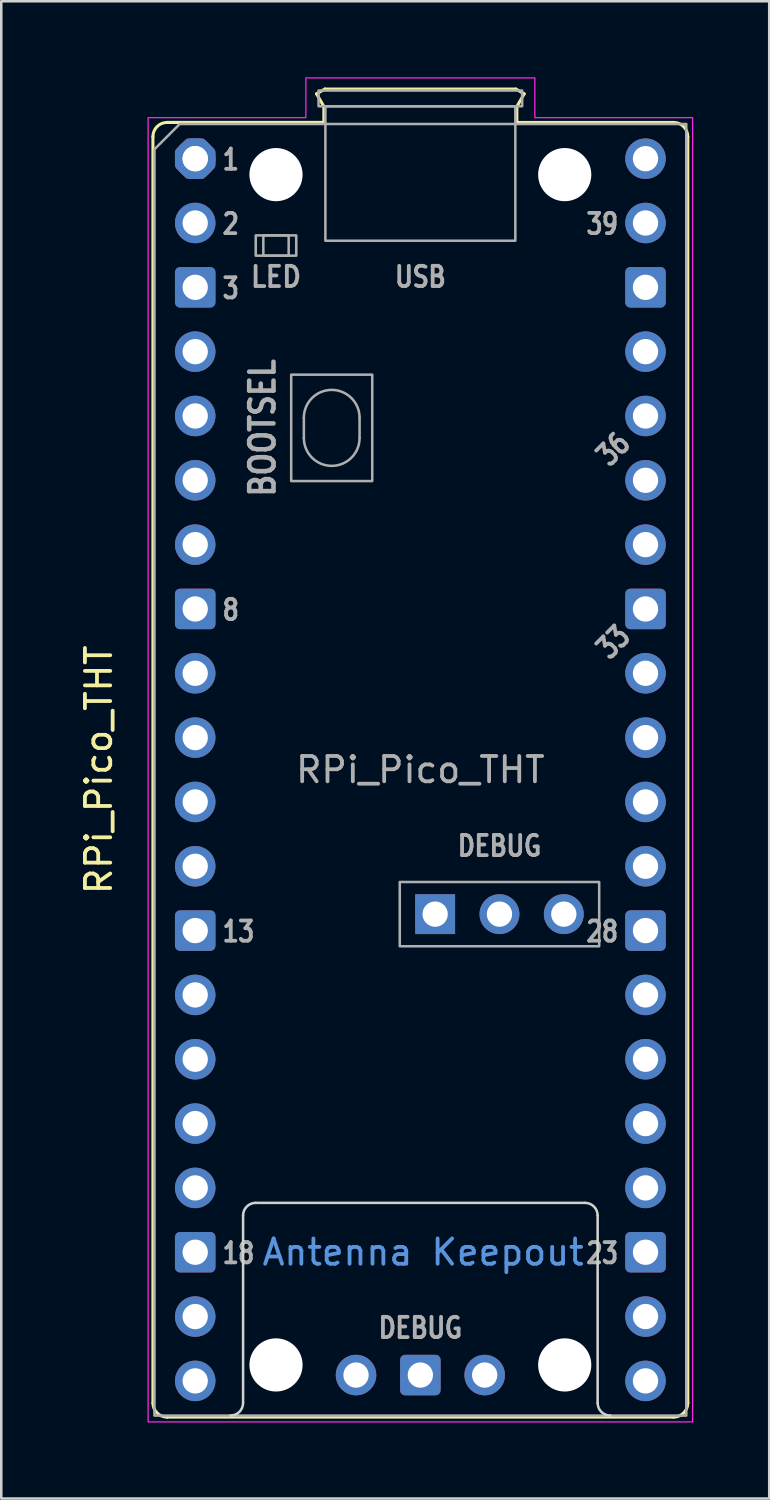
<source format=kicad_pcb>
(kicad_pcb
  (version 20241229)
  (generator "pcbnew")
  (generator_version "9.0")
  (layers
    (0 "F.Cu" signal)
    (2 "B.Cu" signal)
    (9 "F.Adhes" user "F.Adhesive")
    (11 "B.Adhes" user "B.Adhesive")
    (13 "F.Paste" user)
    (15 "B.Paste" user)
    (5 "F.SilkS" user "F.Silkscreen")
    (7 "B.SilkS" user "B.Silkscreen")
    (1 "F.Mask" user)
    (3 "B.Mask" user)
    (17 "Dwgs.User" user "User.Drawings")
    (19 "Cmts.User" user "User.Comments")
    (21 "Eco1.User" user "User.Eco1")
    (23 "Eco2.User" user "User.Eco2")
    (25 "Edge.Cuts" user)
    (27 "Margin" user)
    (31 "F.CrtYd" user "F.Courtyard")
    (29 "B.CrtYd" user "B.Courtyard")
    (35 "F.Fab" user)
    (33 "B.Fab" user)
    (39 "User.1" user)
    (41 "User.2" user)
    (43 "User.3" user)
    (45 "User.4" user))
  (footprint "RPi_Pico_THT"
    (layer "F.Cu")
    (at 4.658 3.215)
    (property "Reference" "RPi_Pico_THT" (at -3.81 24.13 270) (layer "F.SilkS") (effects (font (size 1 1) (thickness 0.15))))
    (attr through_hole)
    (fp_line (start -1.67 -0.87) (end -1.67 49.13) (stroke (width 0.12) (type solid)) (layer "F.SilkS"))
    (fp_line (start -1.11 -1.43) (end 5.08 -1.43) (stroke (width 0.12) (type solid)) (layer "F.SilkS"))
    (fp_line (start -1.11 49.69) (end 18.89 49.69) (stroke (width 0.12) (type solid)) (layer "F.SilkS"))
    (fp_line (start 4.79 -2.56) (end 5.12 -2.75) (stroke (width 0.12) (type solid)) (layer "F.SilkS"))
    (fp_line (start 5.08 -2.06) (end 4.79 -2.56) (stroke (width 0.12) (type solid)) (layer "F.SilkS"))
    (fp_line (start 5.08 -1.43) (end -1.11 -1.43) (stroke (width 0.12) (type solid)) (layer "F.SilkS"))
    (fp_line (start 5.08 -1.43) (end 5.08 -2.06) (stroke (width 0.12) (type solid)) (layer "F.SilkS"))
    (fp_line (start 5.12 -2.75) (end 12.66 -2.75) (stroke (width 0.12) (type solid)) (layer "F.SilkS"))
    (fp_line (start 12.66 -2.75) (end 12.99 -2.56) (stroke (width 0.12) (type solid)) (layer "F.SilkS"))
    (fp_line (start 12.7 -2.06) (end 12.7 -1.43) (stroke (width 0.12) (type solid)) (layer "F.SilkS"))
    (fp_line (start 12.99 -2.56) (end 12.7 -2.06) (stroke (width 0.12) (type solid)) (layer "F.SilkS"))
    (fp_line (start 18.89 -1.43) (end 12.7 -1.43) (stroke (width 0.12) (type solid)) (layer "F.SilkS"))
    (fp_line (start 19.45 -0.87) (end 19.45 49.13) (stroke (width 0.12) (type solid)) (layer "F.SilkS"))
    (fp_arc (start -1.67 -0.87) (mid -1.50598 -1.26598) (end -1.11 -1.43) (stroke (width 0.12) (type solid)) (layer "F.SilkS"))
    (fp_arc (start -1.11 49.69) (mid -1.50598 49.52598) (end -1.67 49.13) (stroke (width 0.12) (type solid)) (layer "F.SilkS"))
    (fp_arc (start 18.89 -1.43) (mid 19.28598 -1.26598) (end 19.45 -0.87) (stroke (width 0.12) (type solid)) (layer "F.SilkS"))
    (fp_arc (start 19.45 49.13) (mid 19.28598 49.52598) (end 18.89 49.69) (stroke (width 0.12) (type solid)) (layer "F.SilkS"))
    (fp_line (start 1.89 49.13) (end 1.89 41.73) (stroke (width 0.1) (type solid)) (layer "Edge.Cuts"))
    (fp_line (start 2.39 41.23) (end 15.39 41.23) (stroke (width 0.1) (type solid)) (layer "Edge.Cuts"))
    (fp_line (start 15.89 41.73) (end 15.89 49.13) (stroke (width 0.1) (type solid)) (layer "Edge.Cuts"))
    (fp_arc (start 1.89 41.73) (mid 2.036447 41.376447) (end 2.39 41.23) (stroke (width 0.1) (type solid)) (layer "Edge.Cuts"))
    (fp_arc (start 1.89 49.13) (mid 1.743553 49.483553) (end 1.39 49.63) (stroke (width 0.1) (type solid)) (layer "Edge.Cuts"))
    (fp_arc (start 15.39 41.23) (mid 15.743553 41.376447) (end 15.89 41.73) (stroke (width 0.1) (type solid)) (layer "Edge.Cuts"))
    (fp_arc (start 16.39 49.63) (mid 16.036447 49.483553) (end 15.89 49.13) (stroke (width 0.1) (type solid)) (layer "Edge.Cuts"))
    (fp_poly (pts (xy 13.41 -1.62) (xy 19.64 -1.62) (xy 19.64 49.88) (xy -1.86 49.88) (xy -1.86 -1.62) (xy 4.37 -1.62) (xy 4.37 -3.19) (xy 13.41 -3.19)) (stroke (width 0.05) (type solid)) (fill no) (layer "F.CrtYd"))
    (fp_line (start 4.29 10.23) (end 4.29 11.03) (stroke (width 0.1) (type solid)) (layer "F.Fab"))
    (fp_line (start 6.49 10.23) (end 6.49 11.03) (stroke (width 0.1) (type solid)) (layer "F.Fab"))
    (fp_rect (start 2.39 3.03) (end 3.99 3.83) (stroke (width 0.1) (type solid)) (fill no) (layer "F.Fab"))
    (fp_rect (start 2.69 3.03) (end 3.69 3.83) (stroke (width 0.1) (type solid)) (fill no) (layer "F.Fab"))
    (fp_rect (start 3.79 8.53) (end 6.99 12.73) (stroke (width 0.1) (type solid)) (fill no) (layer "F.Fab"))
    (fp_rect (start 4.87 -2.69) (end 12.91 -2.07) (stroke (width 0.1) (type solid)) (fill no) (layer "F.Fab"))
    (fp_rect (start 5.14 -2.07) (end 12.64 3.24) (stroke (width 0.1) (type solid)) (fill no) (layer "F.Fab"))
    (fp_rect (start 8.077 28.56) (end 15.951 31.1) (stroke (width 0.1) (type solid)) (fill no) (layer "F.Fab"))
    (fp_arc (start 4.29 10.23) (mid 5.39 9.13) (end 6.49 10.23) (stroke (width 0.1) (type solid)) (layer "F.Fab"))
    (fp_arc (start 6.49 11.03) (mid 5.39 12.13) (end 4.29 11.03) (stroke (width 0.1) (type solid)) (layer "F.Fab"))
    (fp_poly (pts (xy 19.39 49.63) (xy -1.61 49.63) (xy -1.61 -0.37) (xy -0.61 -1.37) (xy 19.39 -1.37)) (stroke (width 0.1) (type solid)) (fill no) (layer "F.Fab"))
    (fp_text user "Antenna Keepout" (at 9 43.18 0) (unlocked yes) (layer "Cmts.User") (effects (font (size 1 1) (thickness 0.15))))
    (fp_text user "LED" (at 3.19 4.668 0) (unlocked yes) (layer "F.Fab") (effects (font (size 0.8 0.72) (thickness 0.15))))
    (fp_text user "33" (at 16.51 19.088 45) (unlocked yes) (layer "F.Fab") (effects (font (size 0.8 0.64) (thickness 0.15))))
    (fp_text user "3" (at 1 5.118 0) (unlocked yes) (layer "F.Fab") (effects (font (size 0.8 0.64) (thickness 0.15)) (justify left)))
    (fp_text user "${REFERENCE}" (at 8.89 24.13 0) (unlocked yes) (layer "F.Fab") (effects (font (size 1 1) (thickness 0.15))))
    (fp_text user "36" (at 16.51 11.468 45) (unlocked yes) (layer "F.Fab") (effects (font (size 0.8 0.64) (thickness 0.15))))
    (fp_text user "23" (at 16.78 43.218 0) (unlocked yes) (layer "F.Fab") (effects (font (size 0.8 0.64) (thickness 0.15)) (justify right)))
    (fp_text user "1" (at 1 0.038 0) (unlocked yes) (layer "F.Fab") (effects (font (size 0.8 0.64) (thickness 0.15)) (justify left)))
    (fp_text user "2" (at 1 2.578 0) (unlocked yes) (layer "F.Fab") (effects (font (size 0.8 0.64) (thickness 0.15)) (justify left)))
    (fp_text user "DEBUG" (at 12.014 27.138 0) (unlocked yes) (layer "F.Fab") (effects (font (size 0.8 0.66) (thickness 0.15))))
    (fp_text user "18" (at 1 43.218 0) (unlocked yes) (layer "F.Fab") (effects (font (size 0.8 0.64) (thickness 0.15)) (justify left)))
    (fp_text user "13" (at 1 30.518 0) (unlocked yes) (layer "F.Fab") (effects (font (size 0.8 0.64) (thickness 0.15)) (justify left)))
    (fp_text user "39" (at 16.78 2.578 0) (unlocked yes) (layer "F.Fab") (effects (font (size 0.8 0.64) (thickness 0.15)) (justify right)))
    (fp_text user "28" (at 16.78 30.518 0) (unlocked yes) (layer "F.Fab") (effects (font (size 0.8 0.64) (thickness 0.15)) (justify right)))
    (fp_text user "8" (at 1 17.818 0) (unlocked yes) (layer "F.Fab") (effects (font (size 0.8 0.64) (thickness 0.15)) (justify left)))
    (fp_text user "BOOTSEL" (at 2.656 10.63 90) (unlocked yes) (layer "F.Fab") (effects (font (size 0.96 0.825) (thickness 0.18))))
    (fp_text user "DEBUG" (at 8.89 46.168 0) (unlocked yes) (layer "F.Fab") (effects (font (size 0.8 0.66) (thickness 0.15))))
    (fp_text user "USB" (at 8.89 4.668 0) (unlocked yes) (layer "F.Fab") (effects (font (size 0.8 0.66) (thickness 0.15))))
    (pad "" np_thru_hole circle (at 3.19 0.63) (size 2.1 2.1) (drill 2.1) (layers "*.Cu" "*.Mask"))
    (pad "" np_thru_hole circle (at 3.19 47.63) (size 2.1 2.1) (drill 2.1) (layers "*.Cu" "*.Mask"))
    (pad "" np_thru_hole circle (at 14.59 0.63) (size 2.1 2.1) (drill 2.1) (layers "*.Cu" "*.Mask"))
    (pad "" np_thru_hole circle (at 14.59 47.63) (size 2.1 2.1) (drill 2.1) (layers "*.Cu" "*.Mask"))
    (pad "1" thru_hole circle (at 0 0) (size 1.6 1.6) (drill 1) (layers "*.Cu" "*.Mask"))
    (pad "1" thru_hole custom (at 0 0) (size 1.6 1.6) (drill 1) (layers "*.Cu" "*.Mask") (options (anchor circle)) (primitives (gr_poly (pts (xy 0.6 0.249) (xy 0.249 0.6) (xy -0.249 0.6) (xy -0.6 0.249) (xy -0.6 -0.249) (xy -0.249 -0.6) (xy 0.249 -0.6) (xy 0.6 -0.249)) (width 0.4) (fill yes))))
    (pad "2" thru_hole circle (at 0 2.54) (size 1.6 1.6) (drill 1) (layers "*.Cu" "*.Mask"))
    (pad "3" thru_hole roundrect (at 0 5.08) (size 1.6 1.6) (drill 1) (layers "*.Cu" "*.Mask") (roundrect_rratio 0.125))
    (pad "4" thru_hole circle (at 0 7.62) (size 1.6 1.6) (drill 1) (layers "*.Cu" "*.Mask"))
    (pad "5" thru_hole circle (at 0 10.16) (size 1.6 1.6) (drill 1) (layers "*.Cu" "*.Mask"))
    (pad "6" thru_hole circle (at 0 12.7) (size 1.6 1.6) (drill 1) (layers "*.Cu" "*.Mask"))
    (pad "7" thru_hole circle (at 0 15.24) (size 1.6 1.6) (drill 1) (layers "*.Cu" "*.Mask"))
    (pad "8" thru_hole roundrect (at 0 17.78) (size 1.6 1.6) (drill 1) (layers "*.Cu" "*.Mask") (roundrect_rratio 0.125))
    (pad "9" thru_hole circle (at 0 20.32) (size 1.6 1.6) (drill 1) (layers "*.Cu" "*.Mask"))
    (pad "10" thru_hole circle (at 0 22.86) (size 1.6 1.6) (drill 1) (layers "*.Cu" "*.Mask"))
    (pad "11" thru_hole circle (at 0 25.4) (size 1.6 1.6) (drill 1) (layers "*.Cu" "*.Mask"))
    (pad "12" thru_hole circle (at 0 27.94) (size 1.6 1.6) (drill 1) (layers "*.Cu" "*.Mask"))
    (pad "13" thru_hole roundrect (at 0 30.48) (size 1.6 1.6) (drill 1) (layers "*.Cu" "*.Mask") (roundrect_rratio 0.125))
    (pad "14" thru_hole circle (at 0 33.02) (size 1.6 1.6) (drill 1) (layers "*.Cu" "*.Mask"))
    (pad "15" thru_hole circle (at 0 35.56) (size 1.6 1.6) (drill 1) (layers "*.Cu" "*.Mask"))
    (pad "16" thru_hole circle (at 0 38.1) (size 1.6 1.6) (drill 1) (layers "*.Cu" "*.Mask"))
    (pad "17" thru_hole circle (at 0 40.64) (size 1.6 1.6) (drill 1) (layers "*.Cu" "*.Mask"))
    (pad "18" thru_hole roundrect (at 0 43.18) (size 1.6 1.6) (drill 1) (layers "*.Cu" "*.Mask") (roundrect_rratio 0.125))
    (pad "19" thru_hole circle (at 0 45.72) (size 1.6 1.6) (drill 1) (layers "*.Cu" "*.Mask"))
    (pad "20" thru_hole circle (at 0 48.26) (size 1.6 1.6) (drill 1) (layers "*.Cu" "*.Mask"))
    (pad "21" thru_hole circle (at 17.78 48.26) (size 1.6 1.6) (drill 1) (layers "*.Cu" "*.Mask"))
    (pad "22" thru_hole circle (at 17.78 45.72) (size 1.6 1.6) (drill 1) (layers "*.Cu" "*.Mask"))
    (pad "23" thru_hole roundrect (at 17.78 43.18) (size 1.6 1.6) (drill 1) (layers "*.Cu" "*.Mask") (roundrect_rratio 0.125))
    (pad "24" thru_hole circle (at 17.78 40.64) (size 1.6 1.6) (drill 1) (layers "*.Cu" "*.Mask"))
    (pad "25" thru_hole circle (at 17.78 38.1) (size 1.6 1.6) (drill 1) (layers "*.Cu" "*.Mask"))
    (pad "26" thru_hole circle (at 17.78 35.56) (size 1.6 1.6) (drill 1) (layers "*.Cu" "*.Mask"))
    (pad "27" thru_hole circle (at 17.78 33.02) (size 1.6 1.6) (drill 1) (layers "*.Cu" "*.Mask"))
    (pad "28" thru_hole roundrect (at 17.78 30.48) (size 1.6 1.6) (drill 1) (layers "*.Cu" "*.Mask") (roundrect_rratio 0.125))
    (pad "29" thru_hole circle (at 17.78 27.94) (size 1.6 1.6) (drill 1) (layers "*.Cu" "*.Mask"))
    (pad "30" thru_hole circle (at 17.78 25.4) (size 1.6 1.6) (drill 1) (layers "*.Cu" "*.Mask"))
    (pad "31" thru_hole circle (at 17.78 22.86) (size 1.6 1.6) (drill 1) (layers "*.Cu" "*.Mask"))
    (pad "32" thru_hole circle (at 17.78 20.32) (size 1.6 1.6) (drill 1) (layers "*.Cu" "*.Mask"))
    (pad "33" thru_hole roundrect (at 17.78 17.78) (size 1.6 1.6) (drill 1) (layers "*.Cu" "*.Mask") (roundrect_rratio 0.125))
    (pad "34" thru_hole circle (at 17.78 15.24) (size 1.6 1.6) (drill 1) (layers "*.Cu" "*.Mask"))
    (pad "35" thru_hole circle (at 17.78 12.7) (size 1.6 1.6) (drill 1) (layers "*.Cu" "*.Mask"))
    (pad "36" thru_hole circle (at 17.78 10.16) (size 1.6 1.6) (drill 1) (layers "*.Cu" "*.Mask"))
    (pad "37" thru_hole circle (at 17.78 7.62) (size 1.6 1.6) (drill 1) (layers "*.Cu" "*.Mask"))
    (pad "38" thru_hole roundrect (at 17.78 5.08) (size 1.6 1.6) (drill 1) (layers "*.Cu" "*.Mask") (roundrect_rratio 0.125))
    (pad "39" thru_hole circle (at 17.78 2.54) (size 1.6 1.6) (drill 1) (layers "*.Cu" "*.Mask"))
    (pad "40" thru_hole circle (at 17.78 0) (size 1.6 1.6) (drill 1) (layers "*.Cu" "*.Mask"))
    (pad "41" thru_hole circle (at 6.35 48.03) (size 1.6 1.6) (drill 1) (layers "*.Cu" "*.Mask"))
    (pad "41" thru_hole rect (at 9.474 29.83) (size 1.575 1.575) (drill 1) (layers "*.Cu" "*.Mask"))
    (pad "42" thru_hole roundrect (at 8.89 48.03) (size 1.6 1.6) (drill 1) (layers "*.Cu" "*.Mask") (roundrect_rratio 0.125))
    (pad "42" thru_hole circle (at 12.014 29.83) (size 1.575 1.575) (drill 1) (layers "*.Cu" "*.Mask"))
    (pad "43" thru_hole circle (at 11.43 48.03) (size 1.6 1.6) (drill 1) (layers "*.Cu" "*.Mask"))
    (pad "43" thru_hole circle (at 14.554 29.83) (size 1.575 1.575) (drill 1) (layers "*.Cu" "*.Mask"))
    (zone (net_name "") (layers "F.Cu" "F.Mask" "B.Cu" "B.Mask" "F.SilkS" "B.SilkS" "F.Adhes" "B.Adhes" "F.Paste" "B.Paste") (name "Antenna Keepout") (hatch full 0.508) (connect_pads) (min_thickness 0.254) (filled_areas_thickness no) (keepout (tracks not_allowed) (vias not_allowed) (pads not_allowed) (copperpour not_allowed) (footprints not_allowed)) (placement (enabled no)) (fill) (polygon (pts (xy 20.548 52.845) (xy 6.548 52.845) (xy 6.548 44.445) (xy 20.548 44.445)))))
  (gr_rect
    (start -3 -3)
    (end 27.323 56.12)
    (stroke (width 0.1) (type default))
    (fill no)
    (layer "Edge.Cuts")))
</source>
